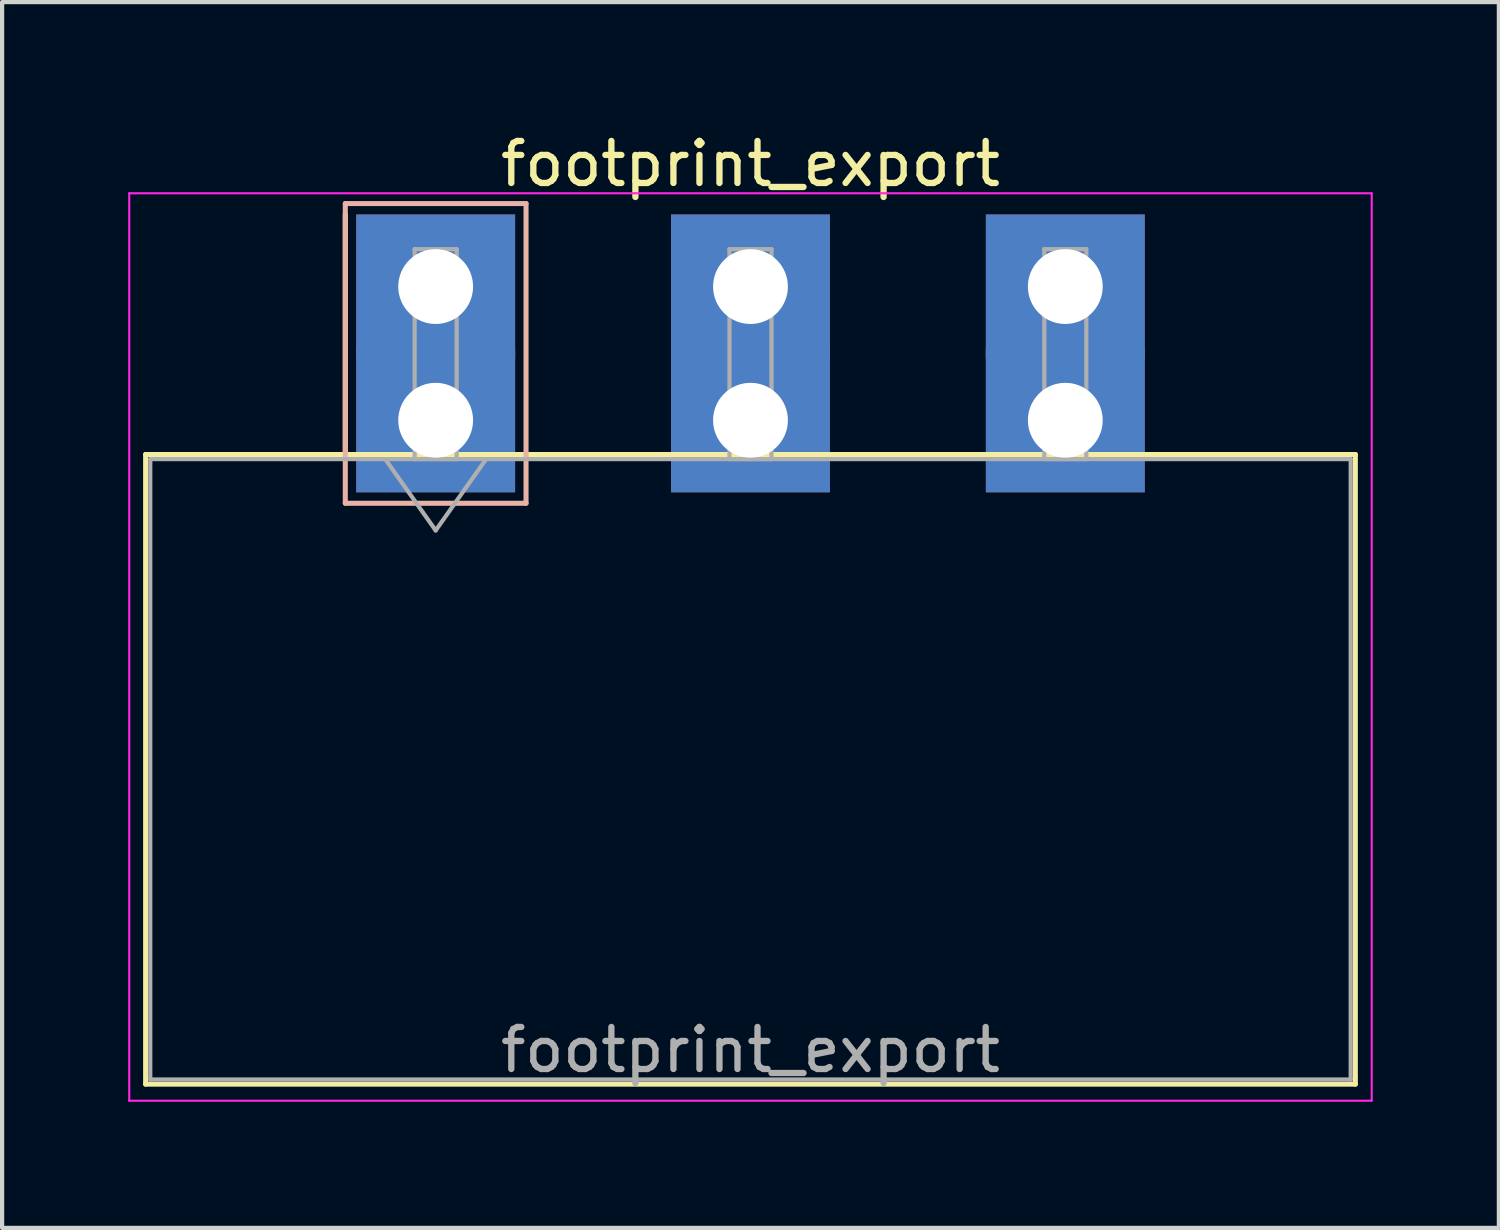
<source format=kicad_pcb>
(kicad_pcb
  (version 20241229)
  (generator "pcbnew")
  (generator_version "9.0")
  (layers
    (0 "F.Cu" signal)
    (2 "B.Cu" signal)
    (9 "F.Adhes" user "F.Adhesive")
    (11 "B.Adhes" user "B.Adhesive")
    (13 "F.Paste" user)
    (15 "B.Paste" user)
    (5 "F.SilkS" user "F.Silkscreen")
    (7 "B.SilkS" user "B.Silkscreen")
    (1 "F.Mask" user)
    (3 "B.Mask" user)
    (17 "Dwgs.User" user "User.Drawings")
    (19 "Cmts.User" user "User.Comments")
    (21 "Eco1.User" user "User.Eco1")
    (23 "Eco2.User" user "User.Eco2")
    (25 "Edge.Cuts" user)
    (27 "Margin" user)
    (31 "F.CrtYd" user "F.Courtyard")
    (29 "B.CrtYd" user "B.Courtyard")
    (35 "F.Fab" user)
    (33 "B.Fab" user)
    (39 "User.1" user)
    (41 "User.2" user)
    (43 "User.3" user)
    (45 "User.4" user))
  (footprint "footprint_export"
    (layer "F.Cu")
    (at 7.315 6.948)
    (property "Reference" "footprint_export" (at 7.49 -6.1 0) (layer "F.SilkS") (effects (font (size 1 1) (thickness 0.15))))
    (attr through_hole)
    (fp_line (start -6.9 0.815) (end -6.9 15.795) (stroke (width 0.12) (type solid)) (layer "F.SilkS"))
    (fp_line (start -6.9 15.795) (end 21.88 15.795) (stroke (width 0.12) (type solid)) (layer "F.SilkS"))
    (fp_line (start -2.15 0.815) (end -2.15 -4.895) (stroke (width 0.12) (type solid)) (layer "F.SilkS"))
    (fp_line (start 2.15 0.815) (end 5.34 0.815) (stroke (width 0.12) (type solid)) (layer "F.SilkS"))
    (fp_line (start 9.64 0.815) (end 12.83 0.815) (stroke (width 0.12) (type solid)) (layer "F.SilkS"))
    (fp_line (start 21.88 0.815) (end -6.9 0.815) (stroke (width 0.12) (type solid)) (layer "F.SilkS"))
    (fp_line (start 21.88 15.795) (end 21.88 0.815) (stroke (width 0.12) (type solid)) (layer "F.SilkS"))
    (fp_line (start -2.15 -5.155) (end -2.15 1.975) (stroke (width 0.12) (type solid)) (layer "B.SilkS"))
    (fp_line (start -2.15 1.975) (end 2.15 1.975) (stroke (width 0.12) (type solid)) (layer "B.SilkS"))
    (fp_line (start 2.15 -5.155) (end -2.15 -5.155) (stroke (width 0.12) (type solid)) (layer "B.SilkS"))
    (fp_line (start 2.15 1.975) (end 2.15 -5.155) (stroke (width 0.12) (type solid)) (layer "B.SilkS"))
    (fp_line (start -7.29 -5.4) (end -7.29 16.19) (stroke (width 0.05) (type solid)) (layer "F.CrtYd"))
    (fp_line (start -7.29 16.19) (end 22.27 16.19) (stroke (width 0.05) (type solid)) (layer "F.CrtYd"))
    (fp_line (start 22.27 -5.4) (end -7.29 -5.4) (stroke (width 0.05) (type solid)) (layer "F.CrtYd"))
    (fp_line (start 22.27 16.19) (end 22.27 -5.4) (stroke (width 0.05) (type solid)) (layer "F.CrtYd"))
    (fp_line (start -6.79 0.925) (end -6.79 15.685) (stroke (width 0.1) (type solid)) (layer "F.Fab"))
    (fp_line (start -6.79 15.685) (end 21.77 15.685) (stroke (width 0.1) (type solid)) (layer "F.Fab"))
    (fp_line (start -1.2 0.925) (end 0 2.622) (stroke (width 0.1) (type solid)) (layer "F.Fab"))
    (fp_line (start -0.5 -4.07) (end 0.5 -4.07) (stroke (width 0.1) (type solid)) (layer "F.Fab"))
    (fp_line (start -0.5 0.925) (end -0.5 -4.07) (stroke (width 0.1) (type solid)) (layer "F.Fab"))
    (fp_line (start 0 2.622) (end 1.2 0.925) (stroke (width 0.1) (type solid)) (layer "F.Fab"))
    (fp_line (start 0.5 -4.07) (end 0.5 0.925) (stroke (width 0.1) (type solid)) (layer "F.Fab"))
    (fp_line (start 0.5 0.925) (end -0.5 0.925) (stroke (width 0.1) (type solid)) (layer "F.Fab"))
    (fp_line (start 6.99 -4.07) (end 7.99 -4.07) (stroke (width 0.1) (type solid)) (layer "F.Fab"))
    (fp_line (start 6.99 0.925) (end 6.99 -4.07) (stroke (width 0.1) (type solid)) (layer "F.Fab"))
    (fp_line (start 7.99 -4.07) (end 7.99 0.925) (stroke (width 0.1) (type solid)) (layer "F.Fab"))
    (fp_line (start 7.99 0.925) (end 6.99 0.925) (stroke (width 0.1) (type solid)) (layer "F.Fab"))
    (fp_line (start 14.48 -4.07) (end 15.48 -4.07) (stroke (width 0.1) (type solid)) (layer "F.Fab"))
    (fp_line (start 14.48 0.925) (end 14.48 -4.07) (stroke (width 0.1) (type solid)) (layer "F.Fab"))
    (fp_line (start 15.48 -4.07) (end 15.48 0.925) (stroke (width 0.1) (type solid)) (layer "F.Fab"))
    (fp_line (start 15.48 0.925) (end 14.48 0.925) (stroke (width 0.1) (type solid)) (layer "F.Fab"))
    (fp_line (start 21.77 0.925) (end -6.79 0.925) (stroke (width 0.1) (type solid)) (layer "F.Fab"))
    (fp_line (start 21.77 15.685) (end 21.77 0.925) (stroke (width 0.1) (type solid)) (layer "F.Fab"))
    (fp_text user "${REFERENCE}" (at 7.49 14.98 0) (layer "F.Fab") (effects (font (size 1 1) (thickness 0.15))))
    (pad "1" thru_hole rect (at 0 -3.18) (size 3.78 3.43) (drill 1.78) (layers "*.Cu" "*.Mask"))
    (pad "1" thru_hole rect (at 0 0) (size 3.78 3.43) (drill 1.78) (layers "*.Cu" "*.Mask"))
    (pad "2" thru_hole rect (at 7.49 -3.18) (size 3.78 3.43) (drill 1.78) (layers "*.Cu" "*.Mask"))
    (pad "2" thru_hole rect (at 7.49 0) (size 3.78 3.43) (drill 1.78) (layers "*.Cu" "*.Mask"))
    (pad "3" thru_hole rect (at 14.98 -3.18) (size 3.78 3.43) (drill 1.78) (layers "*.Cu" "*.Mask"))
    (pad "3" thru_hole rect (at 14.98 0) (size 3.78 3.43) (drill 1.78) (layers "*.Cu" "*.Mask")))
  (gr_rect
    (start -3 -3)
    (end 32.61 26.163)
    (stroke (width 0.1) (type default))
    (fill no)
    (layer "Edge.Cuts")))
</source>
